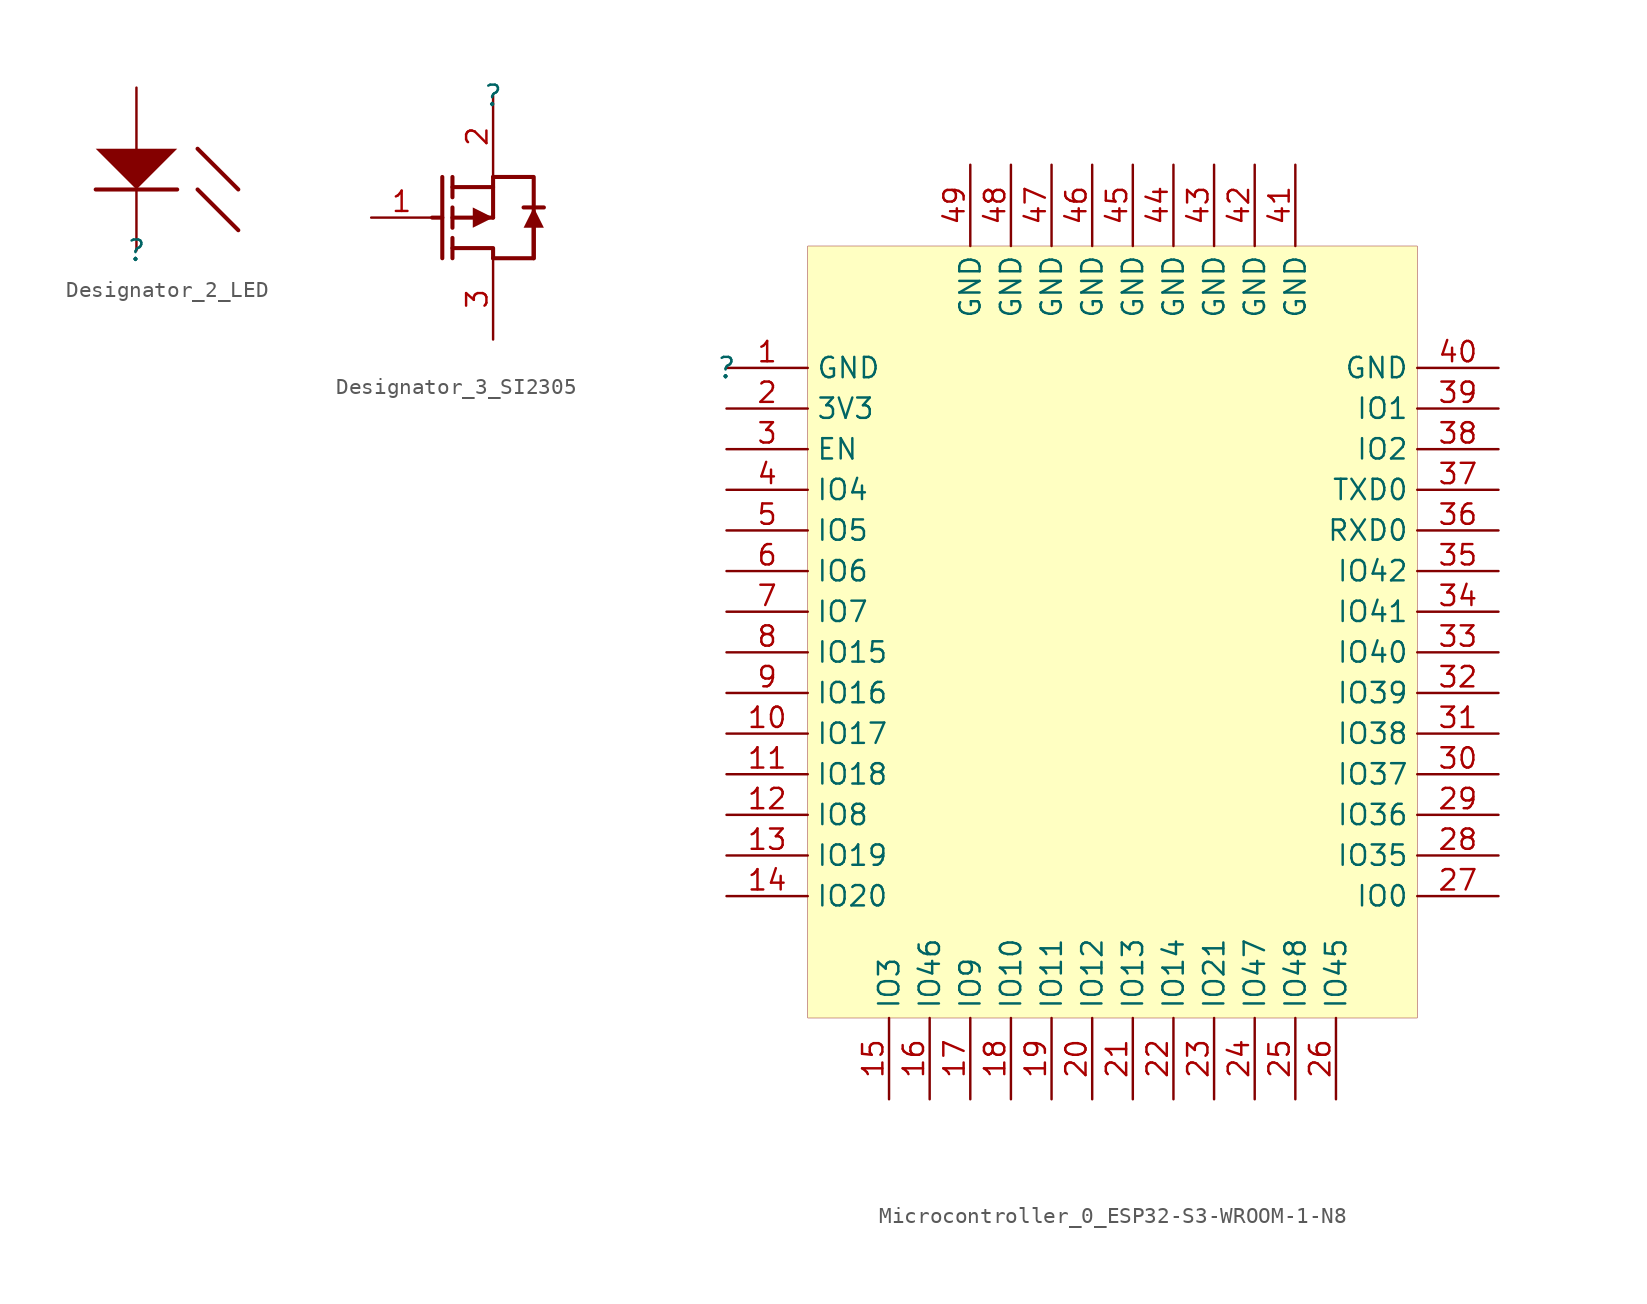
<source format=kicad_sym>
(kicad_symbol_lib
  (version 20231120)
  (generator "kicad_symbol_editor")
  (generator_version "8.0")
  (symbol "Designator_2_LED"
    (property "Reference" ""
      (at 0 0 0)
      (effects (font (size 1.27 1.27))))
    (property "Value" ""
      (at 0 0 0)
      (effects (font (size 1.27 1.27))))
    (symbol "Designator_2_LED_1_0"
      (polyline (pts (xy 2.54 3.81) (xy -2.54 3.81)) (stroke (width 0.254) (type solid)) (fill (type none)))
      (polyline (pts (xy 3.81 3.81) (xy 6.35 1.27)) (stroke (width 0.254) (type solid)) (fill (type none)))
      (polyline (pts (xy 3.81 6.35) (xy 6.35 3.81)) (stroke (width 0.254) (type solid)) (fill (type none)))
      (polyline (pts (xy 0 3.81) (xy 2.54 6.35) (xy -2.54 6.35) (xy 0 3.81)) (stroke (width -0.0001) (type solid)) (fill (type outline)))
      (pin passive line (at 0 0 90) (length 5.08) (name "K" (effects (font (size 0 0)))) (number "1" (effects (font (size 0 0)))))
      (pin passive line (at 0 10.16 270) (length 5.08) (name "A" (effects (font (size 0 0)))) (number "2" (effects (font (size 0 0)))))))
  (symbol "Designator_3_SI2305"
    (property "Reference" ""
      (at 0 0 0)
      (effects (font (size 1.27 1.27))))
    (property "Value" ""
      (at 0 0 0)
      (effects (font (size 1.27 1.27))))
    (symbol "Designator_3_SI2305_1_0"
      (polyline (pts (xy -3.175 -7.62) (xy -3.81 -7.62)) (stroke (width 0.254) (type solid)) (fill (type none)))
      (polyline (pts (xy -3.175 -5.08) (xy -3.175 -10.16)) (stroke (width 0.254) (type solid)) (fill (type none)))
      (polyline (pts (xy -2.54 -8.89) (xy -2.54 -10.16)) (stroke (width 0.254) (type solid)) (fill (type none)))
      (polyline (pts (xy -2.54 -8.255) (xy -2.54 -6.985)) (stroke (width 0.254) (type solid)) (fill (type none)))
      (polyline (pts (xy -2.54 -7.62) (xy 0 -7.62)) (stroke (width 0.254) (type solid)) (fill (type none)))
      (polyline (pts (xy -2.54 -6.35) (xy -2.54 -5.08)) (stroke (width 0.254) (type solid)) (fill (type none)))
      (polyline (pts (xy 0 -7.62) (xy 0 -5.08)) (stroke (width 0.254) (type solid)) (fill (type none)))
      (polyline (pts (xy 0 -5.715) (xy -2.54 -5.715)) (stroke (width 0.254) (type solid)) (fill (type none)))
      (polyline (pts (xy 2.54 -10.16) (xy 2.54 -7.62)) (stroke (width 0.254) (type solid)) (fill (type none)))
      (polyline (pts (xy 3.175 -6.985) (xy 1.905 -6.985)) (stroke (width 0.254) (type solid)) (fill (type none)))
      (polyline (pts (xy 0 -10.16) (xy 0 -9.525) (xy -2.54 -9.525)) (stroke (width 0.254) (type solid)) (fill (type none)))
      (polyline (pts (xy -1.27 -8.255) (xy -1.27 -6.985) (xy 0 -7.62) (xy -1.27 -8.255)) (stroke (width -0.0001) (type solid)) (fill (type outline)))
      (polyline (pts (xy 0 -5.08) (xy 2.54 -5.08) (xy 2.54 -10.16) (xy 0 -10.16)) (stroke (width 0.254) (type solid)) (fill (type none)))
      (polyline (pts (xy 3.175 -8.255) (xy 1.905 -8.255) (xy 2.54 -6.985) (xy 3.175 -8.255)) (stroke (width -0.0001) (type solid)) (fill (type outline)))
      (pin passive line (at -7.62 -7.62 0) (length 3.81) (name "G" (effects (font (size 0 0)))) (number "1" (effects (font (size 1.27 1.27)))))
      (pin passive line (at 0 0 270) (length 5.08) (name "S" (effects (font (size 0 0)))) (number "2" (effects (font (size 1.27 1.27)))))
      (pin passive line (at 0 -15.24 90) (length 5.08) (name "D" (effects (font (size 0 0)))) (number "3" (effects (font (size 1.27 1.27)))))))
  (symbol "Microcontroller_0_ESP32-S3-WROOM-1-N8"
    (property "Reference" ""
      (at 0 0 0)
      (effects (font (size 1.27 1.27))))
    (property "Value" ""
      (at 0 0 0)
      (effects (font (size 1.27 1.27))))
    (symbol "Microcontroller_0_ESP32-S3-WROOM-1-N8_1_0"
      (rectangle (start 43.18 7.62) (end 5.08 -40.64) (stroke (width 0.025) (type solid) (color 128 0 0 1)) (fill (type background)))
      (pin passive line (at 0 0 0) (length 5.08) (name "GND" (effects (font (size 1.27 1.27)))) (number "1" (effects (font (size 1.27 1.27)))))
      (pin passive line (at 0 -22.86 0) (length 5.08) (name "IO17" (effects (font (size 1.27 1.27)))) (number "10" (effects (font (size 1.27 1.27)))))
      (pin passive line (at 0 -25.4 0) (length 5.08) (name "IO18" (effects (font (size 1.27 1.27)))) (number "11" (effects (font (size 1.27 1.27)))))
      (pin passive line (at 0 -27.94 0) (length 5.08) (name "IO8" (effects (font (size 1.27 1.27)))) (number "12" (effects (font (size 1.27 1.27)))))
      (pin passive line (at 0 -30.48 0) (length 5.08) (name "IO19" (effects (font (size 1.27 1.27)))) (number "13" (effects (font (size 1.27 1.27)))))
      (pin passive line (at 0 -33.02 0) (length 5.08) (name "IO20" (effects (font (size 1.27 1.27)))) (number "14" (effects (font (size 1.27 1.27)))))
      (pin passive line (at 10.16 -45.72 90) (length 5.08) (name "IO3" (effects (font (size 1.27 1.27)))) (number "15" (effects (font (size 1.27 1.27)))))
      (pin passive line (at 12.7 -45.72 90) (length 5.08) (name "IO46" (effects (font (size 1.27 1.27)))) (number "16" (effects (font (size 1.27 1.27)))))
      (pin passive line (at 15.24 -45.72 90) (length 5.08) (name "IO9" (effects (font (size 1.27 1.27)))) (number "17" (effects (font (size 1.27 1.27)))))
      (pin passive line (at 17.78 -45.72 90) (length 5.08) (name "IO10" (effects (font (size 1.27 1.27)))) (number "18" (effects (font (size 1.27 1.27)))))
      (pin passive line (at 20.32 -45.72 90) (length 5.08) (name "IO11" (effects (font (size 1.27 1.27)))) (number "19" (effects (font (size 1.27 1.27)))))
      (pin passive line (at 0 -2.54 0) (length 5.08) (name "3V3" (effects (font (size 1.27 1.27)))) (number "2" (effects (font (size 1.27 1.27)))))
      (pin passive line (at 22.86 -45.72 90) (length 5.08) (name "IO12" (effects (font (size 1.27 1.27)))) (number "20" (effects (font (size 1.27 1.27)))))
      (pin passive line (at 25.4 -45.72 90) (length 5.08) (name "IO13" (effects (font (size 1.27 1.27)))) (number "21" (effects (font (size 1.27 1.27)))))
      (pin passive line (at 27.94 -45.72 90) (length 5.08) (name "IO14" (effects (font (size 1.27 1.27)))) (number "22" (effects (font (size 1.27 1.27)))))
      (pin passive line (at 30.48 -45.72 90) (length 5.08) (name "IO21" (effects (font (size 1.27 1.27)))) (number "23" (effects (font (size 1.27 1.27)))))
      (pin passive line (at 33.02 -45.72 90) (length 5.08) (name "IO47" (effects (font (size 1.27 1.27)))) (number "24" (effects (font (size 1.27 1.27)))))
      (pin passive line (at 35.56 -45.72 90) (length 5.08) (name "IO48" (effects (font (size 1.27 1.27)))) (number "25" (effects (font (size 1.27 1.27)))))
      (pin passive line (at 38.1 -45.72 90) (length 5.08) (name "IO45" (effects (font (size 1.27 1.27)))) (number "26" (effects (font (size 1.27 1.27)))))
      (pin passive line (at 48.26 -33.02 180) (length 5.08) (name "IO0" (effects (font (size 1.27 1.27)))) (number "27" (effects (font (size 1.27 1.27)))))
      (pin passive line (at 48.26 -30.48 180) (length 5.08) (name "IO35" (effects (font (size 1.27 1.27)))) (number "28" (effects (font (size 1.27 1.27)))))
      (pin passive line (at 48.26 -27.94 180) (length 5.08) (name "IO36" (effects (font (size 1.27 1.27)))) (number "29" (effects (font (size 1.27 1.27)))))
      (pin passive line (at 0 -5.08 0) (length 5.08) (name "EN" (effects (font (size 1.27 1.27)))) (number "3" (effects (font (size 1.27 1.27)))))
      (pin passive line (at 48.26 -25.4 180) (length 5.08) (name "IO37" (effects (font (size 1.27 1.27)))) (number "30" (effects (font (size 1.27 1.27)))))
      (pin passive line (at 48.26 -22.86 180) (length 5.08) (name "IO38" (effects (font (size 1.27 1.27)))) (number "31" (effects (font (size 1.27 1.27)))))
      (pin passive line (at 48.26 -20.32 180) (length 5.08) (name "IO39" (effects (font (size 1.27 1.27)))) (number "32" (effects (font (size 1.27 1.27)))))
      (pin passive line (at 48.26 -17.78 180) (length 5.08) (name "IO40" (effects (font (size 1.27 1.27)))) (number "33" (effects (font (size 1.27 1.27)))))
      (pin passive line (at 48.26 -15.24 180) (length 5.08) (name "IO41" (effects (font (size 1.27 1.27)))) (number "34" (effects (font (size 1.27 1.27)))))
      (pin passive line (at 48.26 -12.7 180) (length 5.08) (name "IO42" (effects (font (size 1.27 1.27)))) (number "35" (effects (font (size 1.27 1.27)))))
      (pin passive line (at 48.26 -10.16 180) (length 5.08) (name "RXD0" (effects (font (size 1.27 1.27)))) (number "36" (effects (font (size 1.27 1.27)))))
      (pin passive line (at 48.26 -7.62 180) (length 5.08) (name "TXD0" (effects (font (size 1.27 1.27)))) (number "37" (effects (font (size 1.27 1.27)))))
      (pin passive line (at 48.26 -5.08 180) (length 5.08) (name "IO2" (effects (font (size 1.27 1.27)))) (number "38" (effects (font (size 1.27 1.27)))))
      (pin passive line (at 48.26 -2.54 180) (length 5.08) (name "IO1" (effects (font (size 1.27 1.27)))) (number "39" (effects (font (size 1.27 1.27)))))
      (pin passive line (at 0 -7.62 0) (length 5.08) (name "IO4" (effects (font (size 1.27 1.27)))) (number "4" (effects (font (size 1.27 1.27)))))
      (pin passive line (at 48.26 0 180) (length 5.08) (name "GND" (effects (font (size 1.27 1.27)))) (number "40" (effects (font (size 1.27 1.27)))))
      (pin passive line (at 35.56 12.7 270) (length 5.08) (name "GND" (effects (font (size 1.27 1.27)))) (number "41" (effects (font (size 1.27 1.27)))))
      (pin passive line (at 33.02 12.7 270) (length 5.08) (name "GND" (effects (font (size 1.27 1.27)))) (number "42" (effects (font (size 1.27 1.27)))))
      (pin passive line (at 30.48 12.7 270) (length 5.08) (name "GND" (effects (font (size 1.27 1.27)))) (number "43" (effects (font (size 1.27 1.27)))))
      (pin passive line (at 27.94 12.7 270) (length 5.08) (name "GND" (effects (font (size 1.27 1.27)))) (number "44" (effects (font (size 1.27 1.27)))))
      (pin passive line (at 25.4 12.7 270) (length 5.08) (name "GND" (effects (font (size 1.27 1.27)))) (number "45" (effects (font (size 1.27 1.27)))))
      (pin passive line (at 22.86 12.7 270) (length 5.08) (name "GND" (effects (font (size 1.27 1.27)))) (number "46" (effects (font (size 1.27 1.27)))))
      (pin passive line (at 20.32 12.7 270) (length 5.08) (name "GND" (effects (font (size 1.27 1.27)))) (number "47" (effects (font (size 1.27 1.27)))))
      (pin passive line (at 17.78 12.7 270) (length 5.08) (name "GND" (effects (font (size 1.27 1.27)))) (number "48" (effects (font (size 1.27 1.27)))))
      (pin passive line (at 15.24 12.7 270) (length 5.08) (name "GND" (effects (font (size 1.27 1.27)))) (number "49" (effects (font (size 1.27 1.27)))))
      (pin passive line (at 0 -10.16 0) (length 5.08) (name "IO5" (effects (font (size 1.27 1.27)))) (number "5" (effects (font (size 1.27 1.27)))))
      (pin passive line (at 0 -12.7 0) (length 5.08) (name "IO6" (effects (font (size 1.27 1.27)))) (number "6" (effects (font (size 1.27 1.27)))))
      (pin passive line (at 0 -15.24 0) (length 5.08) (name "IO7" (effects (font (size 1.27 1.27)))) (number "7" (effects (font (size 1.27 1.27)))))
      (pin passive line (at 0 -17.78 0) (length 5.08) (name "IO15" (effects (font (size 1.27 1.27)))) (number "8" (effects (font (size 1.27 1.27)))))
      (pin passive line (at 0 -20.32 0) (length 5.08) (name "IO16" (effects (font (size 1.27 1.27)))) (number "9" (effects (font (size 1.27 1.27))))))))
</source>
